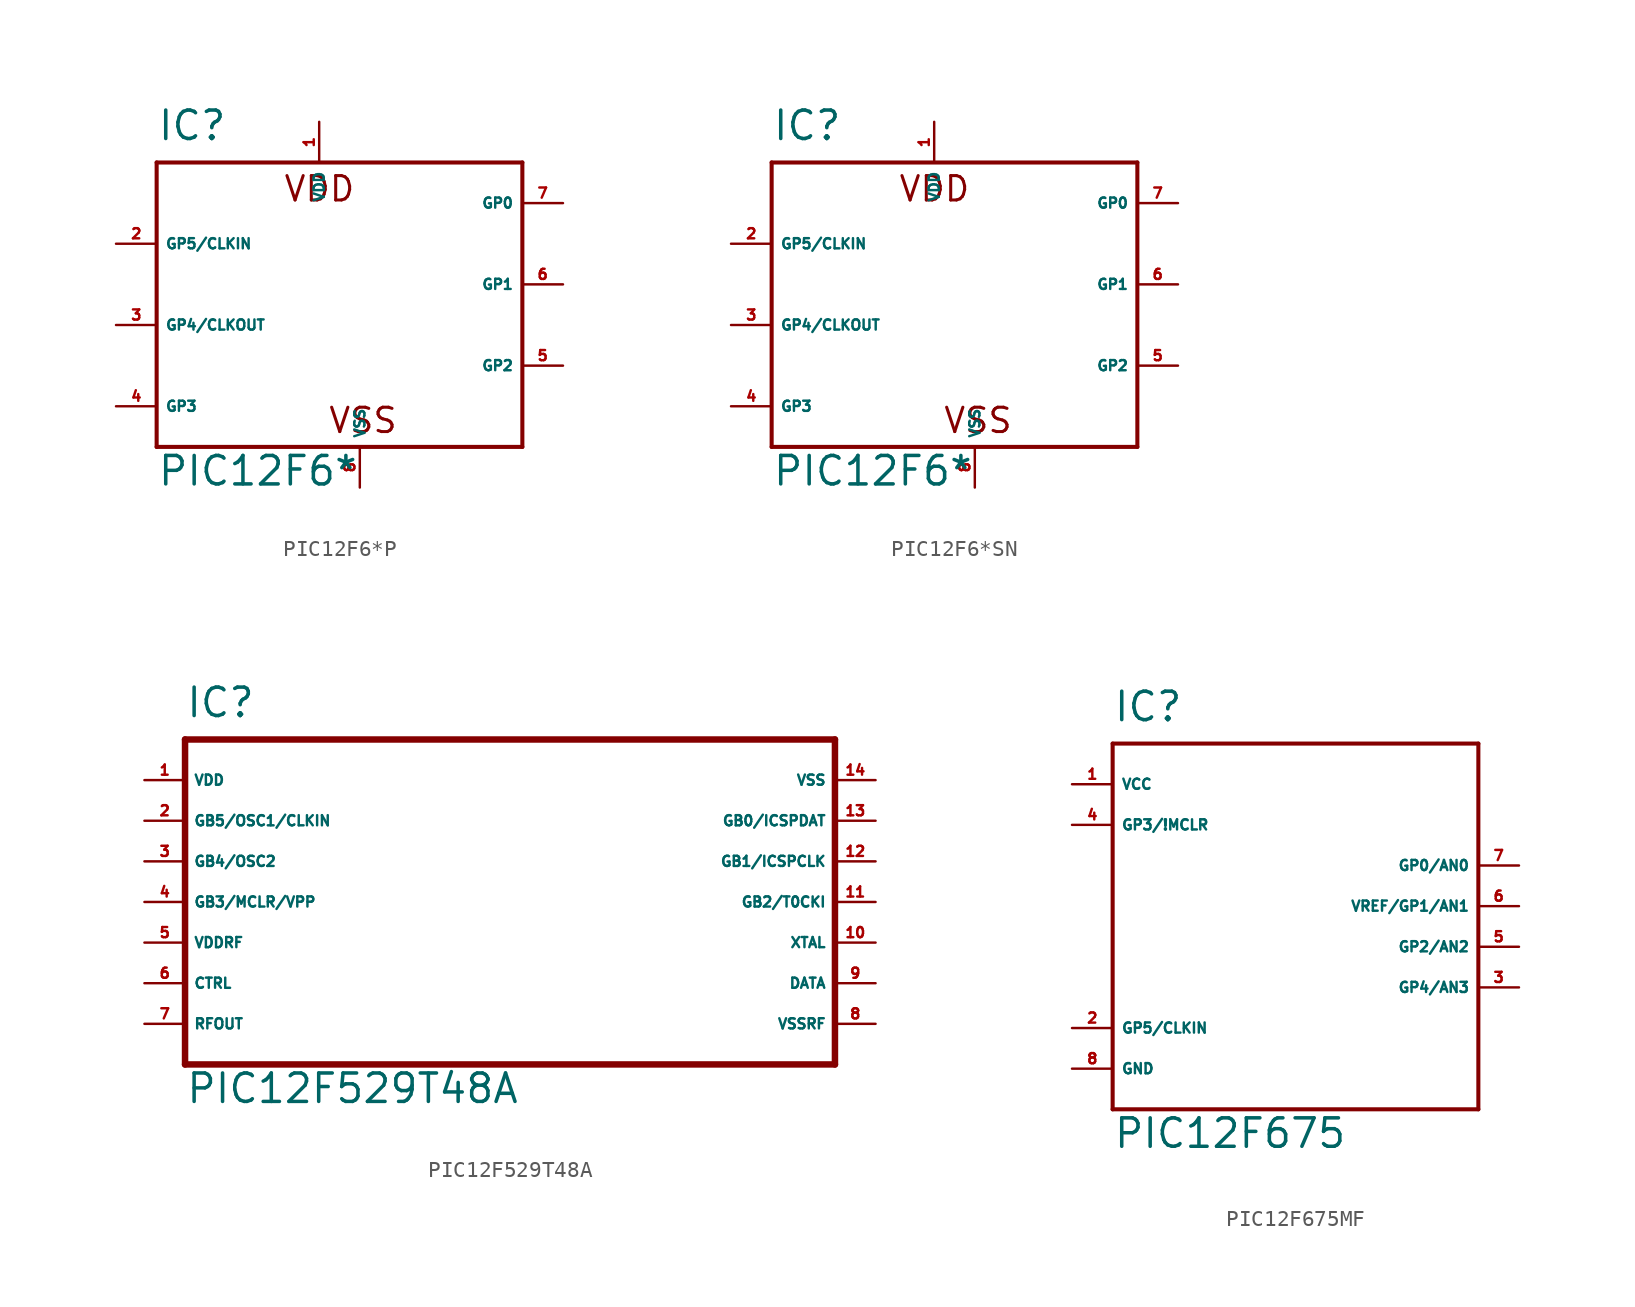
<source format=kicad_sym>
(kicad_symbol_lib
  (version 20220914)
  (generator Eagle2Kicad)
  (symbol "PIC12F6*P"
    (property "Reference" "IC"
      (at -10.16 11.43 0)
      (effects (font (size 1.778 1.778) (thickness 0.22)) (justify left bottom)))
    (property "Value" "PIC12F6*"
      (at -10.16 -10.16 0)
      (effects (font (size 1.778 1.778) (thickness 0.22)) (justify left bottom)))
    (polyline
      (pts (xy -10.16 10.16) (xy 12.7 10.16))
      (stroke (width 0.254) (type default))
      (fill (type none)))
    (polyline
      (pts (xy 12.7 10.16) (xy 12.7 -7.62))
      (stroke (width 0.254) (type default))
      (fill (type none)))
    (polyline
      (pts (xy 12.7 -7.62) (xy -10.16 -7.62))
      (stroke (width 0.254) (type default))
      (fill (type none)))
    (polyline
      (pts (xy -10.16 -7.62) (xy -10.16 10.16))
      (stroke (width 0.254) (type default))
      (fill (type none)))
    (text "VDD"
      (at -2.286 7.62 0)
      (effects (font (size 1.524 1.524) (thickness 0.19)) (justify left bottom)))
    (text "VSS"
      (at 0.508 -6.858 0)
      (effects (font (size 1.524 1.524) (thickness 0.19)) (justify left bottom)))
    (pin unspecified line
      (at 0 12.7 270)
      (length 2.54)
      (name "VDD" (effects (font (size 0.635 0.635) (thickness 0.08)) (justify left bottom)))
      (number "1" (effects (font (size 0.635 0.635) (thickness 0.08)) (justify left bottom))))
    (pin unspecified line
      (at 2.54 -10.16 90)
      (length 2.54)
      (name "VSS" (effects (font (size 0.635 0.635) (thickness 0.08)) (justify left bottom)))
      (number "8" (effects (font (size 0.635 0.635) (thickness 0.08)) (justify left bottom))))
    (pin bidirectional line
      (at -12.7 5.08 0)
      (length 2.54)
      (name "GP5/CLKIN" (effects (font (size 0.635 0.635) (thickness 0.08)) (justify left bottom)))
      (number "2" (effects (font (size 0.635 0.635) (thickness 0.08)) (justify left bottom))))
    (pin bidirectional line
      (at 15.24 7.62 180)
      (length 2.54)
      (name "GP0" (effects (font (size 0.635 0.635) (thickness 0.08)) (justify left bottom)))
      (number "7" (effects (font (size 0.635 0.635) (thickness 0.08)) (justify left bottom))))
    (pin bidirectional line
      (at -12.7 0 0)
      (length 2.54)
      (name "GP4/CLKOUT" (effects (font (size 0.635 0.635) (thickness 0.08)) (justify left bottom)))
      (number "3" (effects (font (size 0.635 0.635) (thickness 0.08)) (justify left bottom))))
    (pin bidirectional line
      (at 15.24 -2.54 180)
      (length 2.54)
      (name "GP2" (effects (font (size 0.635 0.635) (thickness 0.08)) (justify left bottom)))
      (number "5" (effects (font (size 0.635 0.635) (thickness 0.08)) (justify left bottom))))
    (pin bidirectional line
      (at 15.24 2.54 180)
      (length 2.54)
      (name "GP1" (effects (font (size 0.635 0.635) (thickness 0.08)) (justify left bottom)))
      (number "6" (effects (font (size 0.635 0.635) (thickness 0.08)) (justify left bottom))))
    (pin input line
      (at -12.7 -5.08 0)
      (length 2.54)
      (name "GP3" (effects (font (size 0.635 0.635) (thickness 0.08)) (justify left bottom)))
      (number "4" (effects (font (size 0.635 0.635) (thickness 0.08)) (justify left bottom)))))
  (symbol "PIC12F6*SN"
    (property "Reference" "IC"
      (at -10.16 11.43 0)
      (effects (font (size 1.778 1.778) (thickness 0.22)) (justify left bottom)))
    (property "Value" "PIC12F6*"
      (at -10.16 -10.16 0)
      (effects (font (size 1.778 1.778) (thickness 0.22)) (justify left bottom)))
    (polyline
      (pts (xy -10.16 10.16) (xy 12.7 10.16))
      (stroke (width 0.254) (type default))
      (fill (type none)))
    (polyline
      (pts (xy 12.7 10.16) (xy 12.7 -7.62))
      (stroke (width 0.254) (type default))
      (fill (type none)))
    (polyline
      (pts (xy 12.7 -7.62) (xy -10.16 -7.62))
      (stroke (width 0.254) (type default))
      (fill (type none)))
    (polyline
      (pts (xy -10.16 -7.62) (xy -10.16 10.16))
      (stroke (width 0.254) (type default))
      (fill (type none)))
    (text "VDD"
      (at -2.286 7.62 0)
      (effects (font (size 1.524 1.524) (thickness 0.19)) (justify left bottom)))
    (text "VSS"
      (at 0.508 -6.858 0)
      (effects (font (size 1.524 1.524) (thickness 0.19)) (justify left bottom)))
    (pin unspecified line
      (at 0 12.7 270)
      (length 2.54)
      (name "VDD" (effects (font (size 0.635 0.635) (thickness 0.08)) (justify left bottom)))
      (number "1" (effects (font (size 0.635 0.635) (thickness 0.08)) (justify left bottom))))
    (pin unspecified line
      (at 2.54 -10.16 90)
      (length 2.54)
      (name "VSS" (effects (font (size 0.635 0.635) (thickness 0.08)) (justify left bottom)))
      (number "8" (effects (font (size 0.635 0.635) (thickness 0.08)) (justify left bottom))))
    (pin bidirectional line
      (at -12.7 5.08 0)
      (length 2.54)
      (name "GP5/CLKIN" (effects (font (size 0.635 0.635) (thickness 0.08)) (justify left bottom)))
      (number "2" (effects (font (size 0.635 0.635) (thickness 0.08)) (justify left bottom))))
    (pin bidirectional line
      (at 15.24 7.62 180)
      (length 2.54)
      (name "GP0" (effects (font (size 0.635 0.635) (thickness 0.08)) (justify left bottom)))
      (number "7" (effects (font (size 0.635 0.635) (thickness 0.08)) (justify left bottom))))
    (pin bidirectional line
      (at -12.7 0 0)
      (length 2.54)
      (name "GP4/CLKOUT" (effects (font (size 0.635 0.635) (thickness 0.08)) (justify left bottom)))
      (number "3" (effects (font (size 0.635 0.635) (thickness 0.08)) (justify left bottom))))
    (pin bidirectional line
      (at 15.24 -2.54 180)
      (length 2.54)
      (name "GP2" (effects (font (size 0.635 0.635) (thickness 0.08)) (justify left bottom)))
      (number "5" (effects (font (size 0.635 0.635) (thickness 0.08)) (justify left bottom))))
    (pin bidirectional line
      (at 15.24 2.54 180)
      (length 2.54)
      (name "GP1" (effects (font (size 0.635 0.635) (thickness 0.08)) (justify left bottom)))
      (number "6" (effects (font (size 0.635 0.635) (thickness 0.08)) (justify left bottom))))
    (pin input line
      (at -12.7 -5.08 0)
      (length 2.54)
      (name "GP3" (effects (font (size 0.635 0.635) (thickness 0.08)) (justify left bottom)))
      (number "4" (effects (font (size 0.635 0.635) (thickness 0.08)) (justify left bottom)))))
  (symbol "PIC12F529T48A"
    (property "Reference" "IC"
      (at -20.32 11.43 0)
      (effects (font (size 1.778 1.778) (thickness 0.22)) (justify left bottom)))
    (property "Value" "PIC12F529T48A"
      (at -20.32 -12.7 0)
      (effects (font (size 1.778 1.778) (thickness 0.22)) (justify left bottom)))
    (polyline
      (pts (xy -20.32 10.16) (xy 20.32 10.16))
      (stroke (width 0.406) (type default))
      (fill (type none)))
    (polyline
      (pts (xy 20.32 10.16) (xy 20.32 -10.16))
      (stroke (width 0.406) (type default))
      (fill (type none)))
    (polyline
      (pts (xy 20.32 -10.16) (xy -20.32 -10.16))
      (stroke (width 0.406) (type default))
      (fill (type none)))
    (polyline
      (pts (xy -20.32 -10.16) (xy -20.32 10.16))
      (stroke (width 0.406) (type default))
      (fill (type none)))
    (pin unspecified line
      (at -22.86 7.62 0)
      (length 2.54)
      (name "VDD" (effects (font (size 0.635 0.635) (thickness 0.08)) (justify left bottom)))
      (number "1" (effects (font (size 0.635 0.635) (thickness 0.08)) (justify left bottom))))
    (pin tri_state line
      (at -22.86 5.08 0)
      (length 2.54)
      (name "GB5/OSC1/CLKIN" (effects (font (size 0.635 0.635) (thickness 0.08)) (justify left bottom)))
      (number "2" (effects (font (size 0.635 0.635) (thickness 0.08)) (justify left bottom))))
    (pin tri_state line
      (at -22.86 2.54 0)
      (length 2.54)
      (name "GB4/OSC2" (effects (font (size 0.635 0.635) (thickness 0.08)) (justify left bottom)))
      (number "3" (effects (font (size 0.635 0.635) (thickness 0.08)) (justify left bottom))))
    (pin input line
      (at -22.86 0 0)
      (length 2.54)
      (name "GB3/MCLR/VPP" (effects (font (size 0.635 0.635) (thickness 0.08)) (justify left bottom)))
      (number "4" (effects (font (size 0.635 0.635) (thickness 0.08)) (justify left bottom))))
    (pin input line
      (at -22.86 -2.54 0)
      (length 2.54)
      (name "VDDRF" (effects (font (size 0.635 0.635) (thickness 0.08)) (justify left bottom)))
      (number "5" (effects (font (size 0.635 0.635) (thickness 0.08)) (justify left bottom))))
    (pin input line
      (at -22.86 -5.08 0)
      (length 2.54)
      (name "CTRL" (effects (font (size 0.635 0.635) (thickness 0.08)) (justify left bottom)))
      (number "6" (effects (font (size 0.635 0.635) (thickness 0.08)) (justify left bottom))))
    (pin output line
      (at -22.86 -7.62 0)
      (length 2.54)
      (name "RFOUT" (effects (font (size 0.635 0.635) (thickness 0.08)) (justify left bottom)))
      (number "7" (effects (font (size 0.635 0.635) (thickness 0.08)) (justify left bottom))))
    (pin input line
      (at 22.86 -7.62 180)
      (length 2.54)
      (name "VSSRF" (effects (font (size 0.635 0.635) (thickness 0.08)) (justify left bottom)))
      (number "8" (effects (font (size 0.635 0.635) (thickness 0.08)) (justify left bottom))))
    (pin input line
      (at 22.86 -5.08 180)
      (length 2.54)
      (name "DATA" (effects (font (size 0.635 0.635) (thickness 0.08)) (justify left bottom)))
      (number "9" (effects (font (size 0.635 0.635) (thickness 0.08)) (justify left bottom))))
    (pin input line
      (at 22.86 -2.54 180)
      (length 2.54)
      (name "XTAL" (effects (font (size 0.635 0.635) (thickness 0.08)) (justify left bottom)))
      (number "10" (effects (font (size 0.635 0.635) (thickness 0.08)) (justify left bottom))))
    (pin tri_state line
      (at 22.86 0 180)
      (length 2.54)
      (name "GB2/T0CKI" (effects (font (size 0.635 0.635) (thickness 0.08)) (justify left bottom)))
      (number "11" (effects (font (size 0.635 0.635) (thickness 0.08)) (justify left bottom))))
    (pin tri_state line
      (at 22.86 2.54 180)
      (length 2.54)
      (name "GB1/ICSPCLK" (effects (font (size 0.635 0.635) (thickness 0.08)) (justify left bottom)))
      (number "12" (effects (font (size 0.635 0.635) (thickness 0.08)) (justify left bottom))))
    (pin tri_state line
      (at 22.86 5.08 180)
      (length 2.54)
      (name "GB0/ICSPDAT" (effects (font (size 0.635 0.635) (thickness 0.08)) (justify left bottom)))
      (number "13" (effects (font (size 0.635 0.635) (thickness 0.08)) (justify left bottom))))
    (pin unspecified line
      (at 22.86 7.62 180)
      (length 2.54)
      (name "VSS" (effects (font (size 0.635 0.635) (thickness 0.08)) (justify left bottom)))
      (number "14" (effects (font (size 0.635 0.635) (thickness 0.08)) (justify left bottom)))))
  (symbol "PIC12F675MF"
    (property "Reference" "IC"
      (at -10.16 13.97 0)
      (effects (font (size 1.778 1.778) (thickness 0.22)) (justify left bottom)))
    (property "Value" "PIC12F675"
      (at -10.16 -12.7 0)
      (effects (font (size 1.778 1.778) (thickness 0.22)) (justify left bottom)))
    (polyline
      (pts (xy -10.16 12.7) (xy 12.7 12.7))
      (stroke (width 0.254) (type default))
      (fill (type none)))
    (polyline
      (pts (xy 12.7 12.7) (xy 12.7 -10.16))
      (stroke (width 0.254) (type default))
      (fill (type none)))
    (polyline
      (pts (xy 12.7 -10.16) (xy -10.16 -10.16))
      (stroke (width 0.254) (type default))
      (fill (type none)))
    (polyline
      (pts (xy -10.16 -10.16) (xy -10.16 12.7))
      (stroke (width 0.254) (type default))
      (fill (type none)))
    (pin unspecified line
      (at -12.7 10.16 0)
      (length 2.54)
      (name "VCC" (effects (font (size 0.635 0.635) (thickness 0.08)) (justify left bottom)))
      (number "1" (effects (font (size 0.635 0.635) (thickness 0.08)) (justify left bottom))))
    (pin unspecified line
      (at -12.7 -7.62 0)
      (length 2.54)
      (name "GND" (effects (font (size 0.635 0.635) (thickness 0.08)) (justify left bottom)))
      (number "8" (effects (font (size 0.635 0.635) (thickness 0.08)) (justify left bottom))))
    (pin bidirectional line
      (at -12.7 -5.08 0)
      (length 2.54)
      (name "GP5/CLKIN" (effects (font (size 0.635 0.635) (thickness 0.08)) (justify left bottom)))
      (number "2" (effects (font (size 0.635 0.635) (thickness 0.08)) (justify left bottom))))
    (pin bidirectional line
      (at 15.24 5.08 180)
      (length 2.54)
      (name "GP0/AN0" (effects (font (size 0.635 0.635) (thickness 0.08)) (justify left bottom)))
      (number "7" (effects (font (size 0.635 0.635) (thickness 0.08)) (justify left bottom))))
    (pin bidirectional line
      (at 15.24 -2.54 180)
      (length 2.54)
      (name "GP4/AN3" (effects (font (size 0.635 0.635) (thickness 0.08)) (justify left bottom)))
      (number "3" (effects (font (size 0.635 0.635) (thickness 0.08)) (justify left bottom))))
    (pin bidirectional line
      (at 15.24 0 180)
      (length 2.54)
      (name "GP2/AN2" (effects (font (size 0.635 0.635) (thickness 0.08)) (justify left bottom)))
      (number "5" (effects (font (size 0.635 0.635) (thickness 0.08)) (justify left bottom))))
    (pin bidirectional line
      (at 15.24 2.54 180)
      (length 2.54)
      (name "VREF/GP1/AN1" (effects (font (size 0.635 0.635) (thickness 0.08)) (justify left bottom)))
      (number "6" (effects (font (size 0.635 0.635) (thickness 0.08)) (justify left bottom))))
    (pin input line
      (at -12.7 7.62 0)
      (length 2.54)
      (name "GP3/!MCLR" (effects (font (size 0.635 0.635) (thickness 0.08)) (justify left bottom)))
      (number "4" (effects (font (size 0.635 0.635) (thickness 0.08)) (justify left bottom))))))
</source>
